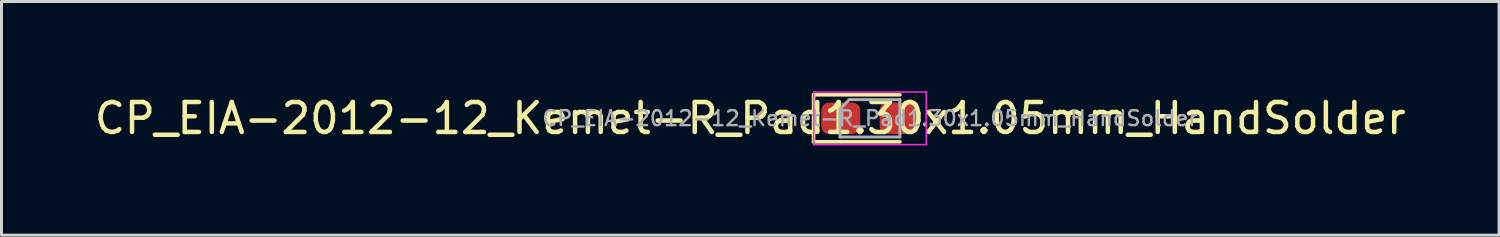
<source format=kicad_pcb>
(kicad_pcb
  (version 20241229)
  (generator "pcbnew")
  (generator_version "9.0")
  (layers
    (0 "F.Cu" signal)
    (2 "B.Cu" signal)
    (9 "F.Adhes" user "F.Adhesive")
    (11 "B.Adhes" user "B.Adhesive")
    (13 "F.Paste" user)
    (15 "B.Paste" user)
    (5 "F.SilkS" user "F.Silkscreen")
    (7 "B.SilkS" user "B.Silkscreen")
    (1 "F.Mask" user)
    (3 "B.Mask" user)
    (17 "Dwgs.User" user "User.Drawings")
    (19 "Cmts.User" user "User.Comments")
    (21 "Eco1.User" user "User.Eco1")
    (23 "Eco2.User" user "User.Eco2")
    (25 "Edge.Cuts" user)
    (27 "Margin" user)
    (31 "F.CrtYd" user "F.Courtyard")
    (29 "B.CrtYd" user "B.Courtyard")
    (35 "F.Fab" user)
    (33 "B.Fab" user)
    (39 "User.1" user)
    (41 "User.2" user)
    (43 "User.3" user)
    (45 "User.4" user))
  (footprint "CP_EIA-2012-12_Kemet-R_Pad1.30x1.05mm_HandSolder"
    (layer "F.Cu")
    (at 26.03 0.905)
    (property "Reference" "CP_EIA-2012-12_Kemet-R_Pad1.30x1.05mm_HandSolder" (at -4 0 0) (layer "F.SilkS") (effects (font (size 1 1) (thickness 0.15))))
    (attr smd)
    (fp_line (start -1.885 -0.785) (end -1.885 0.785) (stroke (width 0.12) (type solid)) (layer "F.SilkS"))
    (fp_line (start -1.885 0.785) (end 1 0.785) (stroke (width 0.12) (type solid)) (layer "F.SilkS"))
    (fp_line (start 1 -0.785) (end -1.885 -0.785) (stroke (width 0.12) (type solid)) (layer "F.SilkS"))
    (fp_line (start -1.88 -0.88) (end 1.88 -0.88) (stroke (width 0.05) (type solid)) (layer "F.CrtYd"))
    (fp_line (start -1.88 0.88) (end -1.88 -0.88) (stroke (width 0.05) (type solid)) (layer "F.CrtYd"))
    (fp_line (start 1.88 -0.88) (end 1.88 0.88) (stroke (width 0.05) (type solid)) (layer "F.CrtYd"))
    (fp_line (start 1.88 0.88) (end -1.88 0.88) (stroke (width 0.05) (type solid)) (layer "F.CrtYd"))
    (fp_line (start -1 -0.312) (end -1 0.625) (stroke (width 0.1) (type solid)) (layer "F.Fab"))
    (fp_line (start -1 0.625) (end 1 0.625) (stroke (width 0.1) (type solid)) (layer "F.Fab"))
    (fp_line (start -0.688 -0.625) (end -1 -0.312) (stroke (width 0.1) (type solid)) (layer "F.Fab"))
    (fp_line (start 1 -0.625) (end -0.688 -0.625) (stroke (width 0.1) (type solid)) (layer "F.Fab"))
    (fp_line (start 1 0.625) (end 1 -0.625) (stroke (width 0.1) (type solid)) (layer "F.Fab"))
    (fp_text user "${REFERENCE}" (at 0 0 0) (layer "F.Fab") (effects (font (size 0.5 0.5) (thickness 0.08))))
    (pad "1" smd roundrect (at -0.975 0) (size 1.3 1.05) (layers "F.Cu" "F.Mask" "F.Paste") (roundrect_rratio 0.238))
    (pad "2" smd roundrect (at 0.975 0) (size 1.3 1.05) (layers "F.Cu" "F.Mask" "F.Paste") (roundrect_rratio 0.238)))
  (gr_rect
    (start -3 -3)
    (end 47.06 4.81)
    (stroke (width 0.1) (type default))
    (fill no)
    (layer "Edge.Cuts")))
</source>
